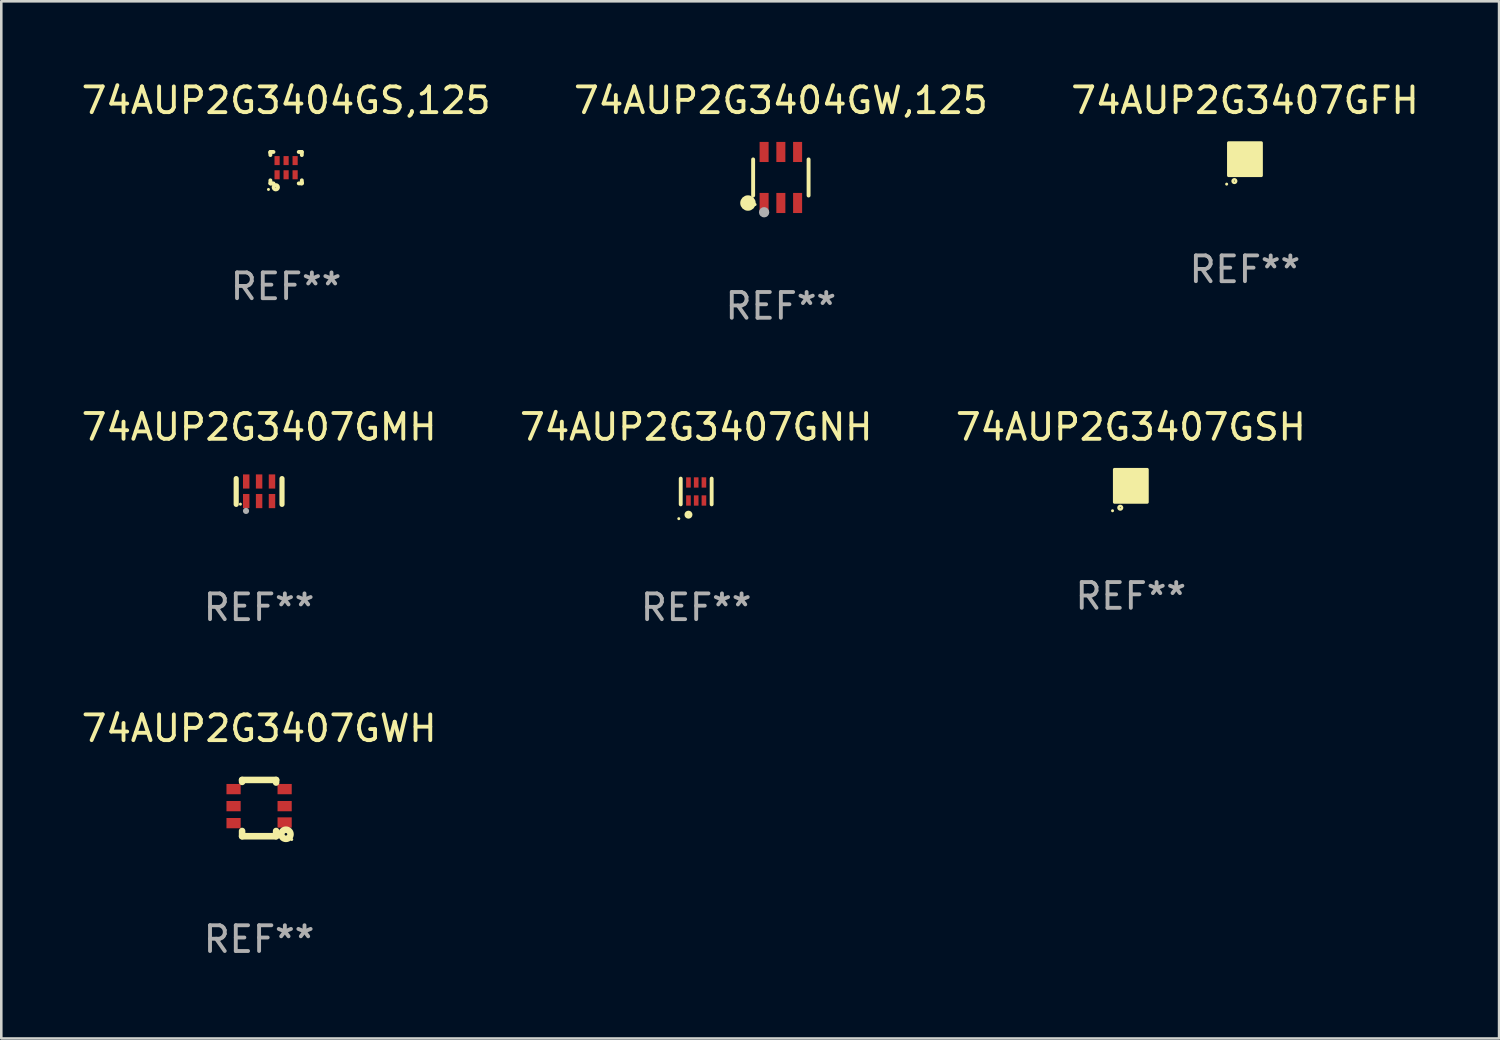
<source format=kicad_pcb>
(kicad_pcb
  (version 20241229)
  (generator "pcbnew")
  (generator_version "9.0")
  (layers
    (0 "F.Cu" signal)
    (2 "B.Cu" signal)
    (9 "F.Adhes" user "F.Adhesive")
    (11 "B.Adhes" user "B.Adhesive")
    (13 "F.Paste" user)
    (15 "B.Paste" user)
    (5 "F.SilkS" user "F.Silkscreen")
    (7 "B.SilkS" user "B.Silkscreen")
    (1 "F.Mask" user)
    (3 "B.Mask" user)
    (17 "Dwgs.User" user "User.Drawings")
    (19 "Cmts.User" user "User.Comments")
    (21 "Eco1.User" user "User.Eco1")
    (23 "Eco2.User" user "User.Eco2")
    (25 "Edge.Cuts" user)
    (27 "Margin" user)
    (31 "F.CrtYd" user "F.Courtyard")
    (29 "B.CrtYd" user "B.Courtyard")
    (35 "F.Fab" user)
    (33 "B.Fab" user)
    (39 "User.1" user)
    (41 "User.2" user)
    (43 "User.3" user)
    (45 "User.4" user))
  (footprint "74AUP2G3407GSH"
    (layer "F.Cu")
    (at 40.839 15.805)
    (property "Reference" "74AUP2G3407GSH" (at 0 -2.28 0) (layer "F.SilkS") (effects (font (size 1 1) (thickness 0.15))))
    (attr through_hole)
    (fp_circle (center -0.71 0.968) (end -0.68 0.968) (stroke (width 0.06) (type solid)) (fill no) (layer "F.SilkS"))
    (fp_circle (center -0.41 0.85) (end -0.342 0.85) (stroke (width 0.1) (type solid)) (fill no) (layer "F.SilkS"))
    (fp_poly (pts (xy -0.635 -0.635) (xy 0.635 -0.635) (xy 0.635 0.635) (xy -0.635 0.635)) (stroke (width 0.12) (type solid)) (fill yes) (layer "F.SilkS"))
    (fp_text user "REF**" (at 0 4.28 0) (layer "F.Fab") (effects (font (size 1 1) (thickness 0.15))))
    (pad "1" smd rect (at -0.35 0.28 90) (size 0.35 0.2) (layers "F.Cu" "F.Mask" "F.Paste"))
    (pad "2" smd rect (at 0 0.28 90) (size 0.35 0.2) (layers "F.Cu" "F.Mask" "F.Paste"))
    (pad "3" smd rect (at 0.35 0.28 90) (size 0.35 0.2) (layers "F.Cu" "F.Mask" "F.Paste"))
    (pad "4" smd rect (at 0.35 -0.28 90) (size 0.35 0.2) (layers "F.Cu" "F.Mask" "F.Paste"))
    (pad "5" smd rect (at 0 -0.28 90) (size 0.35 0.2) (layers "F.Cu" "F.Mask" "F.Paste"))
    (pad "6" smd rect (at -0.35 -0.28 90) (size 0.35 0.2) (layers "F.Cu" "F.Mask" "F.Paste")))
  (footprint "74AUP2G3407GNH"
    (layer "F.Cu")
    (at 23.97 16.025)
    (property "Reference" "74AUP2G3407GNH" (at 0 -2.5 0) (layer "F.SilkS") (effects (font (size 1 1) (thickness 0.15))))
    (attr through_hole)
    (fp_line (start -0.6 -0.5) (end -0.6 0.5) (stroke (width 0.15) (type solid)) (layer "F.SilkS"))
    (fp_line (start 0.6 0.5) (end 0.6 -0.5) (stroke (width 0.15) (type solid)) (layer "F.SilkS"))
    (fp_circle (center -0.675 1.055) (end -0.645 1.055) (stroke (width 0.06) (type solid)) (fill no) (layer "F.SilkS"))
    (fp_circle (center -0.3 0.9) (end -0.22 0.9) (stroke (width 0.15) (type solid)) (fill no) (layer "F.SilkS"))
    (fp_text user "REF**" (at 0 4.5 0) (layer "F.Fab") (effects (font (size 1 1) (thickness 0.15))))
    (pad "1" smd rect (at -0.3 0.35) (size 0.18 0.4) (layers "F.Cu" "F.Mask" "F.Paste"))
    (pad "2" smd rect (at 0.000025 0.35) (size 0.18 0.4) (layers "F.Cu" "F.Mask" "F.Paste"))
    (pad "3" smd rect (at 0.3 0.35) (size 0.18 0.4) (layers "F.Cu" "F.Mask" "F.Paste"))
    (pad "4" smd rect (at 0.3 -0.35) (size 0.18 0.4) (layers "F.Cu" "F.Mask" "F.Paste"))
    (pad "5" smd rect (at 0.000025 -0.35) (size 0.18 0.4) (layers "F.Cu" "F.Mask" "F.Paste"))
    (pad "6" smd rect (at -0.3 -0.35) (size 0.18 0.4) (layers "F.Cu" "F.Mask" "F.Paste")))
  (footprint "74AUP2G3407GFH"
    (layer "F.Cu")
    (at 45.268 3.128)
    (property "Reference" "74AUP2G3407GFH" (at 0 -2.28 0) (layer "F.SilkS") (effects (font (size 1 1) (thickness 0.15))))
    (attr through_hole)
    (fp_circle (center -0.71 0.968) (end -0.68 0.968) (stroke (width 0.06) (type solid)) (fill no) (layer "F.SilkS"))
    (fp_circle (center -0.41 0.85) (end -0.342 0.85) (stroke (width 0.1) (type solid)) (fill no) (layer "F.SilkS"))
    (fp_poly (pts (xy -0.635 -0.635) (xy 0.635 -0.635) (xy 0.635 0.635) (xy -0.635 0.635)) (stroke (width 0.12) (type solid)) (fill yes) (layer "F.SilkS"))
    (fp_text user "REF**" (at 0 4.28 0) (layer "F.Fab") (effects (font (size 1 1) (thickness 0.15))))
    (pad "1" smd rect (at -0.35 0.28 90) (size 0.35 0.2) (layers "F.Cu" "F.Mask" "F.Paste"))
    (pad "2" smd rect (at 0 0.28 90) (size 0.35 0.2) (layers "F.Cu" "F.Mask" "F.Paste"))
    (pad "3" smd rect (at 0.35 0.28 90) (size 0.35 0.2) (layers "F.Cu" "F.Mask" "F.Paste"))
    (pad "4" smd rect (at 0.35 -0.28 90) (size 0.35 0.2) (layers "F.Cu" "F.Mask" "F.Paste"))
    (pad "5" smd rect (at 0 -0.28 90) (size 0.35 0.2) (layers "F.Cu" "F.Mask" "F.Paste"))
    (pad "6" smd rect (at -0.35 -0.28 90) (size 0.35 0.2) (layers "F.Cu" "F.Mask" "F.Paste")))
  (footprint "74AUP2G3407GMH"
    (layer "F.Cu")
    (at 7.006 16.025)
    (property "Reference" "74AUP2G3407GMH" (at 0 -2.5 0) (layer "F.SilkS") (effects (font (size 1 1) (thickness 0.15))))
    (attr through_hole)
    (fp_line (start -0.889 0.5) (end -0.889 -0.5) (stroke (width 0.2) (type solid)) (layer "F.SilkS"))
    (fp_line (start 0.889 0.5) (end 0.889 -0.5) (stroke (width 0.2) (type solid)) (layer "F.SilkS"))
    (fp_circle (center -0.725 0.492) (end -0.695 0.492) (stroke (width 0.06) (type solid)) (fill no) (layer "F.SilkS"))
    (fp_circle (center -0.508 0.754) (end -0.448 0.754) (stroke (width 0.12) (type solid)) (fill no) (layer "F.Fab"))
    (fp_text user "REF**" (at 0 4.5 0) (layer "F.Fab") (effects (font (size 1 1) (thickness 0.15))))
    (pad "1" smd rect (at -0.5 0.372) (size 0.25 0.55) (layers "F.Cu" "F.Mask" "F.Paste"))
    (pad "2" smd rect (at -0.000127 0.372) (size 0.25 0.55) (layers "F.Cu" "F.Mask" "F.Paste"))
    (pad "3" smd rect (at 0.5 0.372) (size 0.25 0.55) (layers "F.Cu" "F.Mask" "F.Paste"))
    (pad "4" smd rect (at 0.5 -0.388 180) (size 0.25 0.55) (layers "F.Cu" "F.Mask" "F.Paste"))
    (pad "5" smd rect (at -0.000127 -0.388 180) (size 0.25 0.55) (layers "F.Cu" "F.Mask" "F.Paste"))
    (pad "6" smd rect (at -0.5 -0.388 180) (size 0.25 0.55) (layers "F.Cu" "F.Mask" "F.Paste")))
  (footprint "74AUP2G3407GWH"
    (layer "F.Cu")
    (at 7.006 28.313)
    (property "Reference" "74AUP2G3407GWH" (at 0 -3.092 0) (layer "F.SilkS") (effects (font (size 1 1) (thickness 0.15))))
    (attr through_hole)
    (fp_line (start -0.66 -1.092) (end -0.66 -1.016) (stroke (width 0.254) (type solid)) (layer "F.SilkS"))
    (fp_line (start -0.66 1.092) (end -0.66 0.889) (stroke (width 0.254) (type solid)) (layer "F.SilkS"))
    (fp_line (start 0.66 -1.092) (end -0.66 -1.092) (stroke (width 0.254) (type solid)) (layer "F.SilkS"))
    (fp_line (start 0.66 -0.991) (end 0.66 -1.092) (stroke (width 0.254) (type solid)) (layer "F.SilkS"))
    (fp_line (start 0.66 0.889) (end 0.66 1.092) (stroke (width 0.254) (type solid)) (layer "F.SilkS"))
    (fp_line (start 0.66 1.092) (end -0.66 1.092) (stroke (width 0.254) (type solid)) (layer "F.SilkS"))
    (fp_circle (center 1.041 1.016) (end 1.092 1.016) (stroke (width 0.254) (type solid)) (fill no) (layer "F.SilkS"))
    (fp_circle (center 1.266 1.219) (end 1.296 1.219) (stroke (width 0.06) (type solid)) (fill no) (layer "F.SilkS"))
    (fp_text user "REF**" (at 0 5.092 0) (layer "F.Fab") (effects (font (size 1 1) (thickness 0.15))))
    (pad "1" smd rect (at 0.991 0.559 270) (size 0.399 0.551) (layers "F.Cu" "F.Mask" "F.Paste"))
    (pad "2" smd rect (at 0.991 -0.076 270) (size 0.399 0.551) (layers "F.Cu" "F.Mask" "F.Paste"))
    (pad "3" smd rect (at 0.991 -0.737 270) (size 0.399 0.551) (layers "F.Cu" "F.Mask" "F.Paste"))
    (pad "4" smd rect (at -0.991 -0.737 270) (size 0.399 0.551) (layers "F.Cu" "F.Mask" "F.Paste"))
    (pad "5" smd rect (at -0.991 -0.076 270) (size 0.399 0.551) (layers "F.Cu" "F.Mask" "F.Paste"))
    (pad "6" smd rect (at -0.991 0.584 270) (size 0.399 0.551) (layers "F.Cu" "F.Mask" "F.Paste")))
  (footprint "74AUP2G3404GW,125"
    (layer "F.Cu")
    (at 27.256 3.838)
    (property "Reference" "74AUP2G3404GW,125" (at 0 -2.99 0) (layer "F.SilkS") (effects (font (size 1 1) (thickness 0.15))))
    (attr through_hole)
    (fp_line (start -1.076 0.701) (end -1.076 -0.701) (stroke (width 0.152) (type solid)) (layer "F.SilkS"))
    (fp_line (start 1.076 0.701) (end 1.076 -0.701) (stroke (width 0.152) (type solid)) (layer "F.SilkS"))
    (fp_circle (center -1.277 0.992) (end -1.127 0.992) (stroke (width 0.3) (type solid)) (fill no) (layer "F.SilkS"))
    (fp_circle (center -1 1.05) (end -0.97 1.05) (stroke (width 0.06) (type solid)) (fill no) (layer "F.SilkS"))
    (fp_circle (center -0.65 1.35) (end -0.55 1.35) (stroke (width 0.2) (type solid)) (fill no) (layer "F.Fab"))
    (fp_text user "REF**" (at 0 4.99 0) (layer "F.Fab") (effects (font (size 1 1) (thickness 0.15))))
    (pad "1" smd rect (at -0.65 0.99) (size 0.35 0.78) (layers "F.Cu" "F.Mask" "F.Paste"))
    (pad "2" smd rect (at 0 0.99) (size 0.35 0.78) (layers "F.Cu" "F.Mask" "F.Paste"))
    (pad "3" smd rect (at 0.65 0.99) (size 0.35 0.78) (layers "F.Cu" "F.Mask" "F.Paste"))
    (pad "4" smd rect (at 0.65 -0.99) (size 0.35 0.78) (layers "F.Cu" "F.Mask" "F.Paste"))
    (pad "5" smd rect (at 0 -0.99) (size 0.35 0.78) (layers "F.Cu" "F.Mask" "F.Paste"))
    (pad "6" smd rect (at -0.65 -0.99) (size 0.35 0.78) (layers "F.Cu" "F.Mask" "F.Paste")))
  (footprint "74AUP2G3404GS,125"
    (layer "F.Cu")
    (at 8.054 3.458)
    (property "Reference" "74AUP2G3404GS,125" (at 0 -2.61 0) (layer "F.SilkS") (effects (font (size 1 1) (thickness 0.15))))
    (attr through_hole)
    (fp_line (start -0.61 -0.61) (end -0.49 -0.61) (stroke (width 0.15) (type solid)) (layer "F.SilkS"))
    (fp_line (start -0.61 -0.58) (end -0.61 -0.61) (stroke (width 0.15) (type solid)) (layer "F.SilkS"))
    (fp_line (start -0.61 -0.49) (end -0.61 -0.58) (stroke (width 0.15) (type solid)) (layer "F.SilkS"))
    (fp_line (start -0.61 0.61) (end -0.61 0.491) (stroke (width 0.15) (type solid)) (layer "F.SilkS"))
    (fp_line (start -0.58 0.61) (end -0.61 0.61) (stroke (width 0.15) (type solid)) (layer "F.SilkS"))
    (fp_line (start -0.49 0.61) (end -0.58 0.61) (stroke (width 0.15) (type solid)) (layer "F.SilkS"))
    (fp_line (start 0.49 -0.61) (end 0.58 -0.61) (stroke (width 0.15) (type solid)) (layer "F.SilkS"))
    (fp_line (start 0.58 -0.61) (end 0.61 -0.61) (stroke (width 0.15) (type solid)) (layer "F.SilkS"))
    (fp_line (start 0.61 -0.61) (end 0.61 -0.49) (stroke (width 0.15) (type solid)) (layer "F.SilkS"))
    (fp_line (start 0.61 0.49) (end 0.61 0.58) (stroke (width 0.15) (type solid)) (layer "F.SilkS"))
    (fp_line (start 0.61 0.58) (end 0.61 0.61) (stroke (width 0.15) (type solid)) (layer "F.SilkS"))
    (fp_line (start 0.61 0.61) (end 0.491 0.61) (stroke (width 0.15) (type solid)) (layer "F.SilkS"))
    (fp_circle (center -0.685 0.845) (end -0.655 0.845) (stroke (width 0.06) (type solid)) (fill no) (layer "F.SilkS"))
    (fp_circle (center -0.4 0.76) (end -0.39 0.76) (stroke (width 0.15) (type solid)) (fill no) (layer "F.SilkS"))
    (fp_text user "REF**" (at 0 4.61 0) (layer "F.Fab") (effects (font (size 1 1) (thickness 0.15))))
    (pad "1" smd rect (at -0.35 0.275) (size 0.2 0.35) (layers "F.Cu" "F.Mask" "F.Paste"))
    (pad "2" smd rect (at -0.000038 0.275) (size 0.2 0.35) (layers "F.Cu" "F.Mask" "F.Paste"))
    (pad "3" smd rect (at 0.35 0.275) (size 0.2 0.35) (layers "F.Cu" "F.Mask" "F.Paste"))
    (pad "4" smd rect (at 0.35 -0.275) (size 0.2 0.35) (layers "F.Cu" "F.Mask" "F.Paste"))
    (pad "5" smd rect (at -0.000038 -0.275) (size 0.2 0.35) (layers "F.Cu" "F.Mask" "F.Paste"))
    (pad "6" smd rect (at -0.35 -0.275) (size 0.2 0.35) (layers "F.Cu" "F.Mask" "F.Paste")))
  (gr_rect
    (start -3 -3)
    (end 55.131 37.254)
    (stroke (width 0.1) (type default))
    (fill no)
    (layer "Edge.Cuts")))
</source>
